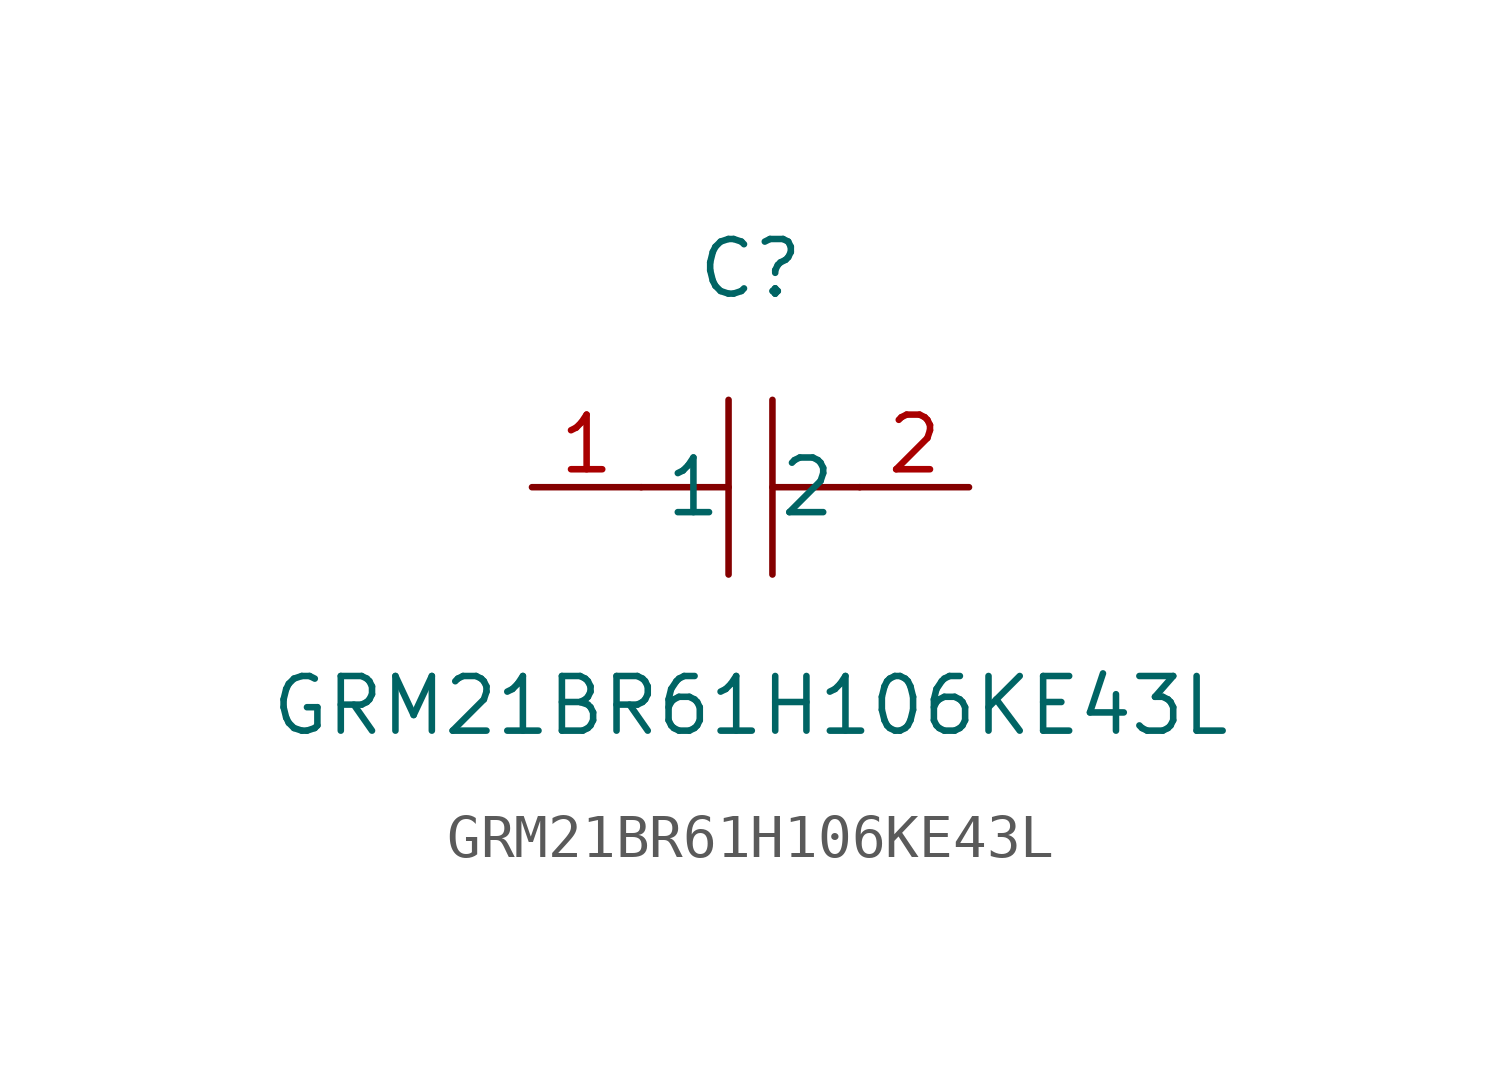
<source format=kicad_sym>
(kicad_symbol_lib
  (version 20211014)
  (generator https://github.com/uPesy/easyeda2kicad.py)
  (symbol "GRM21BR61H106KE43L"
    (property "Reference" "C"
      (at 0 5.08 0)
      (effects (font (size 1.27 1.27))))
    (property "Value" "GRM21BR61H106KE43L"
      (at 0 -5.08 0)
      (effects (font (size 1.27 1.27))))
    (symbol "GRM21BR61H106KE43L_0_1"
      (polyline (pts (xy -0.51 -2.03) (xy -0.51 2.03)) (stroke (width 0) (type default) (color 0 0 0 0)) (fill (type none)))
      (polyline (pts (xy 2.54 -0.00) (xy 0.51 -0.00)) (stroke (width 0) (type default) (color 0 0 0 0)) (fill (type none)))
      (polyline (pts (xy 0.51 2.03) (xy 0.51 -2.03)) (stroke (width 0) (type default) (color 0 0 0 0)) (fill (type none)))
      (polyline (pts (xy -0.51 -0.00) (xy -2.54 -0.00)) (stroke (width 0) (type default) (color 0 0 0 0)) (fill (type none)))
      (pin unspecified line (at -5.08 -0.00 0) (length 2.54) (name "1" (effects (font (size 1.27 1.27)))) (number "1" (effects (font (size 1.27 1.27)))))
      (pin unspecified line (at 5.08 -0.00 180) (length 2.54) (name "2" (effects (font (size 1.27 1.27)))) (number "2" (effects (font (size 1.27 1.27))))))))
</source>
